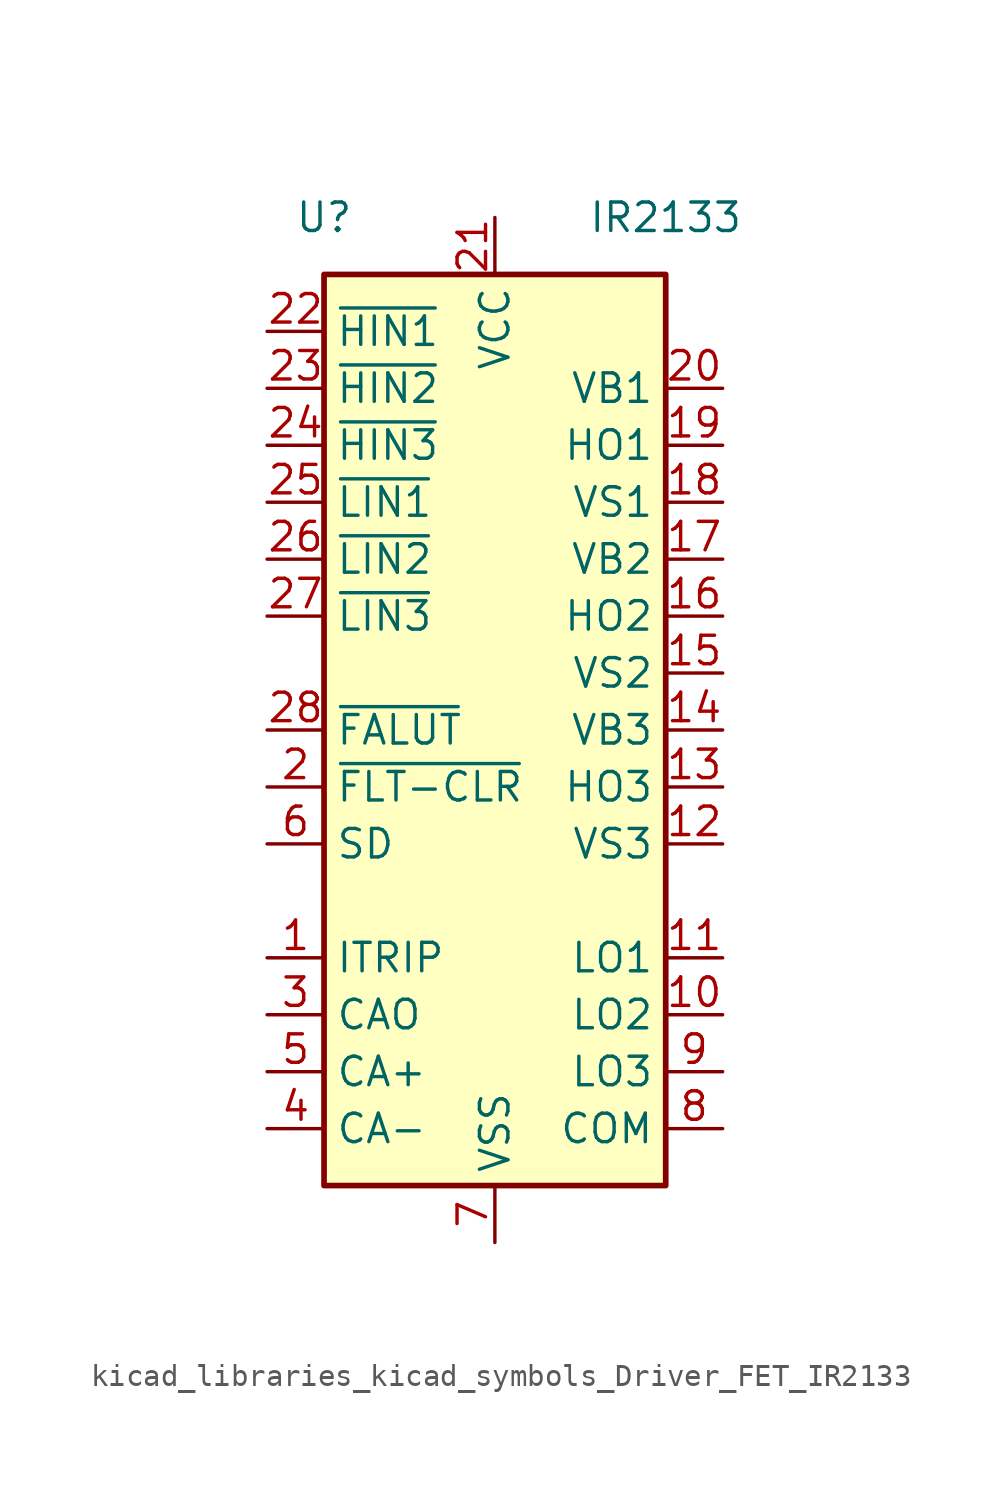
<source format=kicad_sym>
(kicad_symbol_lib
  (version 20220914)
  (generator kicad_symbol_editor)
  (symbol "kicad_libraries_kicad_symbols_Driver_FET_IR2133"
    (property "Reference" "U"
      (at -7.62 22.86 0)
      (effects (font (size 1.27 1.27))))
    (property "Value" "IR2133"
      (at 7.62 22.86 0)
      (effects (font (size 1.27 1.27))))
    (symbol "kicad_libraries_kicad_symbols_Driver_FET_IR2133_0_1"
      (rectangle (start -7.62 -20.32) (end 7.62 20.32) (stroke (width 0.254) (type default)) (fill (type background))))
    (symbol "kicad_libraries_kicad_symbols_Driver_FET_IR2133_1_1"
      (pin input line (at -10.16 -10.16 0) (length 2.54) (name "ITRIP" (effects (font (size 1.27 1.27)))) (number "1" (effects (font (size 1.27 1.27)))))
      (pin output line (at 10.16 -12.7 180) (length 2.54) (name "LO2" (effects (font (size 1.27 1.27)))) (number "10" (effects (font (size 1.27 1.27)))))
      (pin output line (at 10.16 -10.16 180) (length 2.54) (name "LO1" (effects (font (size 1.27 1.27)))) (number "11" (effects (font (size 1.27 1.27)))))
      (pin passive line (at 10.16 -5.08 180) (length 2.54) (name "VS3" (effects (font (size 1.27 1.27)))) (number "12" (effects (font (size 1.27 1.27)))))
      (pin output line (at 10.16 -2.54 180) (length 2.54) (name "HO3" (effects (font (size 1.27 1.27)))) (number "13" (effects (font (size 1.27 1.27)))))
      (pin passive line (at 10.16 0 180) (length 2.54) (name "VB3" (effects (font (size 1.27 1.27)))) (number "14" (effects (font (size 1.27 1.27)))))
      (pin passive line (at 10.16 2.54 180) (length 2.54) (name "VS2" (effects (font (size 1.27 1.27)))) (number "15" (effects (font (size 1.27 1.27)))))
      (pin output line (at 10.16 5.08 180) (length 2.54) (name "HO2" (effects (font (size 1.27 1.27)))) (number "16" (effects (font (size 1.27 1.27)))))
      (pin passive line (at 10.16 7.62 180) (length 2.54) (name "VB2" (effects (font (size 1.27 1.27)))) (number "17" (effects (font (size 1.27 1.27)))))
      (pin passive line (at 10.16 10.16 180) (length 2.54) (name "VS1" (effects (font (size 1.27 1.27)))) (number "18" (effects (font (size 1.27 1.27)))))
      (pin output line (at 10.16 12.7 180) (length 2.54) (name "HO1" (effects (font (size 1.27 1.27)))) (number "19" (effects (font (size 1.27 1.27)))))
      (pin input line (at -10.16 -2.54 0) (length 2.54) (name "~{FLT-CLR}" (effects (font (size 1.27 1.27)))) (number "2" (effects (font (size 1.27 1.27)))))
      (pin passive line (at 10.16 15.24 180) (length 2.54) (name "VB1" (effects (font (size 1.27 1.27)))) (number "20" (effects (font (size 1.27 1.27)))))
      (pin power_in line (at 0 22.86 270) (length 2.54) (name "VCC" (effects (font (size 1.27 1.27)))) (number "21" (effects (font (size 1.27 1.27)))))
      (pin input line (at -10.16 17.78 0) (length 2.54) (name "~{HIN1}" (effects (font (size 1.27 1.27)))) (number "22" (effects (font (size 1.27 1.27)))))
      (pin input line (at -10.16 15.24 0) (length 2.54) (name "~{HIN2}" (effects (font (size 1.27 1.27)))) (number "23" (effects (font (size 1.27 1.27)))))
      (pin input line (at -10.16 12.7 0) (length 2.54) (name "~{HIN3}" (effects (font (size 1.27 1.27)))) (number "24" (effects (font (size 1.27 1.27)))))
      (pin input line (at -10.16 10.16 0) (length 2.54) (name "~{LIN1}" (effects (font (size 1.27 1.27)))) (number "25" (effects (font (size 1.27 1.27)))))
      (pin input line (at -10.16 7.62 0) (length 2.54) (name "~{LIN2}" (effects (font (size 1.27 1.27)))) (number "26" (effects (font (size 1.27 1.27)))))
      (pin input line (at -10.16 5.08 0) (length 2.54) (name "~{LIN3}" (effects (font (size 1.27 1.27)))) (number "27" (effects (font (size 1.27 1.27)))))
      (pin output line (at -10.16 0 0) (length 2.54) (name "~{FALUT}" (effects (font (size 1.27 1.27)))) (number "28" (effects (font (size 1.27 1.27)))))
      (pin output line (at -10.16 -12.7 0) (length 2.54) (name "CAO" (effects (font (size 1.27 1.27)))) (number "3" (effects (font (size 1.27 1.27)))))
      (pin input line (at -10.16 -17.78 0) (length 2.54) (name "CA-" (effects (font (size 1.27 1.27)))) (number "4" (effects (font (size 1.27 1.27)))))
      (pin input line (at -10.16 -15.24 0) (length 2.54) (name "CA+" (effects (font (size 1.27 1.27)))) (number "5" (effects (font (size 1.27 1.27)))))
      (pin input line (at -10.16 -5.08 0) (length 2.54) (name "SD" (effects (font (size 1.27 1.27)))) (number "6" (effects (font (size 1.27 1.27)))))
      (pin power_in line (at 0 -22.86 90) (length 2.54) (name "VSS" (effects (font (size 1.27 1.27)))) (number "7" (effects (font (size 1.27 1.27)))))
      (pin passive line (at 10.16 -17.78 180) (length 2.54) (name "COM" (effects (font (size 1.27 1.27)))) (number "8" (effects (font (size 1.27 1.27)))))
      (pin output line (at 10.16 -15.24 180) (length 2.54) (name "LO3" (effects (font (size 1.27 1.27)))) (number "9" (effects (font (size 1.27 1.27))))))))
</source>
